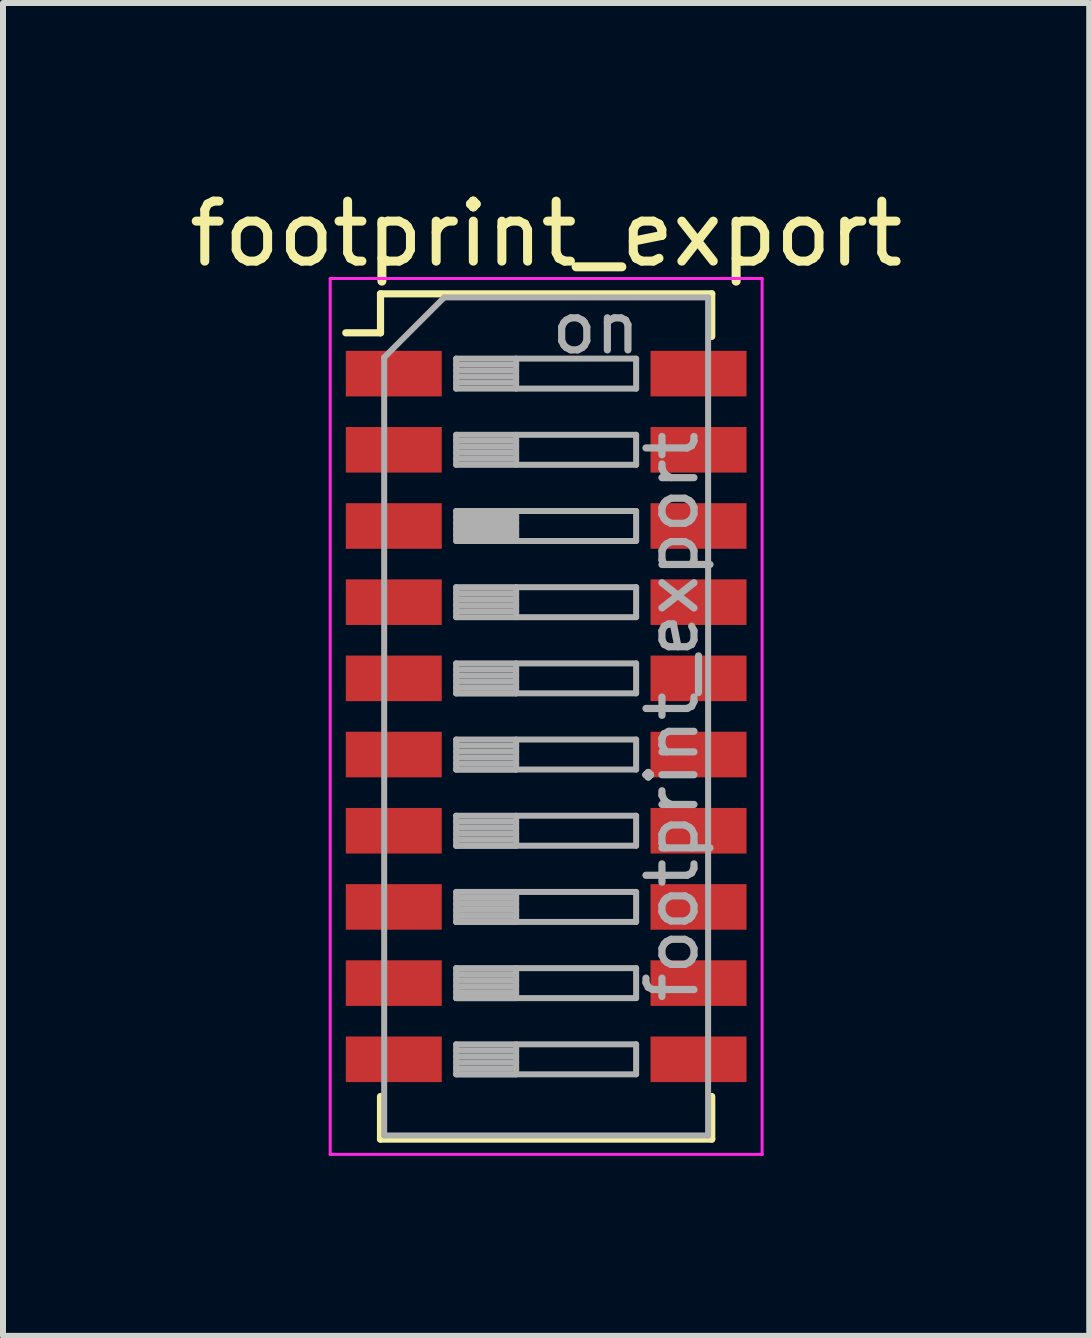
<source format=kicad_pcb>
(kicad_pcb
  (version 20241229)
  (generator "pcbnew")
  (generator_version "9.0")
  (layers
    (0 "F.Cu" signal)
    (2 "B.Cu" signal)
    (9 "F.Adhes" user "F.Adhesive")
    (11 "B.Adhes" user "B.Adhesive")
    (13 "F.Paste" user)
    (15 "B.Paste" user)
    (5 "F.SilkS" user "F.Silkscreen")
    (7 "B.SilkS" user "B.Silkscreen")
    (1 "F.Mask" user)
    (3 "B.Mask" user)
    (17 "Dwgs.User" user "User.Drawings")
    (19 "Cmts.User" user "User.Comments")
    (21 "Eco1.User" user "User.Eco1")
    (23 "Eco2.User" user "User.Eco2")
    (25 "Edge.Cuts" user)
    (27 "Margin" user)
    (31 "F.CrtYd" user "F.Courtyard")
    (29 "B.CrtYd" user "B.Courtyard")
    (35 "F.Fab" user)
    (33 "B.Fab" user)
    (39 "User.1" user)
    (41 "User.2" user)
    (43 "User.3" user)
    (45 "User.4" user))
  (footprint "footprint_export"
    (layer "F.Cu")
    (at 6.054 8.893)
    (property "Reference" "footprint_export" (at 0 -8.045 0) (layer "F.SilkS") (effects (font (size 1 1) (thickness 0.15))))
    (attr smd)
    (fp_line (start -3.34 -6.395) (end -2.761 -6.395) (stroke (width 0.12) (type solid)) (layer "F.SilkS"))
    (fp_line (start -2.761 -7.045) (end -2.761 -6.395) (stroke (width 0.12) (type solid)) (layer "F.SilkS"))
    (fp_line (start -2.761 -7.045) (end 2.76 -7.045) (stroke (width 0.12) (type solid)) (layer "F.SilkS"))
    (fp_line (start -2.761 6.335) (end -2.761 7.045) (stroke (width 0.12) (type solid)) (layer "F.SilkS"))
    (fp_line (start -2.761 7.045) (end 2.76 7.045) (stroke (width 0.12) (type solid)) (layer "F.SilkS"))
    (fp_line (start 2.76 -7.045) (end 2.76 -6.335) (stroke (width 0.12) (type solid)) (layer "F.SilkS"))
    (fp_line (start 2.76 6.335) (end 2.76 7.045) (stroke (width 0.12) (type solid)) (layer "F.SilkS"))
    (fp_line (start -3.6 -7.3) (end -3.6 7.3) (stroke (width 0.05) (type solid)) (layer "F.CrtYd"))
    (fp_line (start -3.6 7.3) (end 3.6 7.3) (stroke (width 0.05) (type solid)) (layer "F.CrtYd"))
    (fp_line (start 3.6 -7.3) (end -3.6 -7.3) (stroke (width 0.05) (type solid)) (layer "F.CrtYd"))
    (fp_line (start 3.6 7.3) (end 3.6 -7.3) (stroke (width 0.05) (type solid)) (layer "F.CrtYd"))
    (fp_line (start -2.7 -5.985) (end -1.7 -6.985) (stroke (width 0.1) (type solid)) (layer "F.Fab"))
    (fp_line (start -2.7 6.985) (end -2.7 -5.985) (stroke (width 0.1) (type solid)) (layer "F.Fab"))
    (fp_line (start -1.7 -6.985) (end 2.7 -6.985) (stroke (width 0.1) (type solid)) (layer "F.Fab"))
    (fp_line (start -1.5 -5.965) (end -1.5 -5.465) (stroke (width 0.1) (type solid)) (layer "F.Fab"))
    (fp_line (start -1.5 -5.865) (end -0.5 -5.865) (stroke (width 0.1) (type solid)) (layer "F.Fab"))
    (fp_line (start -1.5 -5.765) (end -0.5 -5.765) (stroke (width 0.1) (type solid)) (layer "F.Fab"))
    (fp_line (start -1.5 -5.665) (end -0.5 -5.665) (stroke (width 0.1) (type solid)) (layer "F.Fab"))
    (fp_line (start -1.5 -5.565) (end -0.5 -5.565) (stroke (width 0.1) (type solid)) (layer "F.Fab"))
    (fp_line (start -1.5 -5.465) (end 1.5 -5.465) (stroke (width 0.1) (type solid)) (layer "F.Fab"))
    (fp_line (start -1.5 -4.695) (end -1.5 -4.195) (stroke (width 0.1) (type solid)) (layer "F.Fab"))
    (fp_line (start -1.5 -4.595) (end -0.5 -4.595) (stroke (width 0.1) (type solid)) (layer "F.Fab"))
    (fp_line (start -1.5 -4.495) (end -0.5 -4.495) (stroke (width 0.1) (type solid)) (layer "F.Fab"))
    (fp_line (start -1.5 -4.395) (end -0.5 -4.395) (stroke (width 0.1) (type solid)) (layer "F.Fab"))
    (fp_line (start -1.5 -4.295) (end -0.5 -4.295) (stroke (width 0.1) (type solid)) (layer "F.Fab"))
    (fp_line (start -1.5 -4.195) (end 1.5 -4.195) (stroke (width 0.1) (type solid)) (layer "F.Fab"))
    (fp_line (start -1.5 -3.425) (end -1.5 -2.925) (stroke (width 0.1) (type solid)) (layer "F.Fab"))
    (fp_line (start -1.5 -3.325) (end -0.5 -3.325) (stroke (width 0.1) (type solid)) (layer "F.Fab"))
    (fp_line (start -1.5 -3.225) (end -0.5 -3.225) (stroke (width 0.1) (type solid)) (layer "F.Fab"))
    (fp_line (start -1.5 -3.125) (end -0.5 -3.125) (stroke (width 0.1) (type solid)) (layer "F.Fab"))
    (fp_line (start -1.5 -3.025) (end -0.5 -3.025) (stroke (width 0.1) (type solid)) (layer "F.Fab"))
    (fp_line (start -1.5 -2.925) (end 1.5 -2.925) (stroke (width 0.1) (type solid)) (layer "F.Fab"))
    (fp_line (start -1.5 -2.155) (end -1.5 -1.655) (stroke (width 0.1) (type solid)) (layer "F.Fab"))
    (fp_line (start -1.5 -2.055) (end -0.5 -2.055) (stroke (width 0.1) (type solid)) (layer "F.Fab"))
    (fp_line (start -1.5 -1.955) (end -0.5 -1.955) (stroke (width 0.1) (type solid)) (layer "F.Fab"))
    (fp_line (start -1.5 -1.855) (end -0.5 -1.855) (stroke (width 0.1) (type solid)) (layer "F.Fab"))
    (fp_line (start -1.5 -1.755) (end -0.5 -1.755) (stroke (width 0.1) (type solid)) (layer "F.Fab"))
    (fp_line (start -1.5 -1.655) (end 1.5 -1.655) (stroke (width 0.1) (type solid)) (layer "F.Fab"))
    (fp_line (start -1.5 -0.885) (end -1.5 -0.385) (stroke (width 0.1) (type solid)) (layer "F.Fab"))
    (fp_line (start -1.5 -0.785) (end -0.5 -0.785) (stroke (width 0.1) (type solid)) (layer "F.Fab"))
    (fp_line (start -1.5 -0.685) (end -0.5 -0.685) (stroke (width 0.1) (type solid)) (layer "F.Fab"))
    (fp_line (start -1.5 -0.585) (end -0.5 -0.585) (stroke (width 0.1) (type solid)) (layer "F.Fab"))
    (fp_line (start -1.5 -0.485) (end -0.5 -0.485) (stroke (width 0.1) (type solid)) (layer "F.Fab"))
    (fp_line (start -1.5 -0.385) (end -0.5 -0.385) (stroke (width 0.1) (type solid)) (layer "F.Fab"))
    (fp_line (start -1.5 -0.385) (end 1.5 -0.385) (stroke (width 0.1) (type solid)) (layer "F.Fab"))
    (fp_line (start -1.5 0.385) (end -1.5 0.885) (stroke (width 0.1) (type solid)) (layer "F.Fab"))
    (fp_line (start -1.5 0.485) (end -0.5 0.485) (stroke (width 0.1) (type solid)) (layer "F.Fab"))
    (fp_line (start -1.5 0.585) (end -0.5 0.585) (stroke (width 0.1) (type solid)) (layer "F.Fab"))
    (fp_line (start -1.5 0.685) (end -0.5 0.685) (stroke (width 0.1) (type solid)) (layer "F.Fab"))
    (fp_line (start -1.5 0.785) (end -0.5 0.785) (stroke (width 0.1) (type solid)) (layer "F.Fab"))
    (fp_line (start -1.5 0.885) (end -0.5 0.885) (stroke (width 0.1) (type solid)) (layer "F.Fab"))
    (fp_line (start -1.5 0.885) (end 1.5 0.885) (stroke (width 0.1) (type solid)) (layer "F.Fab"))
    (fp_line (start -1.5 1.655) (end -1.5 2.155) (stroke (width 0.1) (type solid)) (layer "F.Fab"))
    (fp_line (start -1.5 1.755) (end -0.5 1.755) (stroke (width 0.1) (type solid)) (layer "F.Fab"))
    (fp_line (start -1.5 1.855) (end -0.5 1.855) (stroke (width 0.1) (type solid)) (layer "F.Fab"))
    (fp_line (start -1.5 1.955) (end -0.5 1.955) (stroke (width 0.1) (type solid)) (layer "F.Fab"))
    (fp_line (start -1.5 2.055) (end -0.5 2.055) (stroke (width 0.1) (type solid)) (layer "F.Fab"))
    (fp_line (start -1.5 2.155) (end -0.5 2.155) (stroke (width 0.1) (type solid)) (layer "F.Fab"))
    (fp_line (start -1.5 2.155) (end 1.5 2.155) (stroke (width 0.1) (type solid)) (layer "F.Fab"))
    (fp_line (start -1.5 2.925) (end -1.5 3.425) (stroke (width 0.1) (type solid)) (layer "F.Fab"))
    (fp_line (start -1.5 3.025) (end -0.5 3.025) (stroke (width 0.1) (type solid)) (layer "F.Fab"))
    (fp_line (start -1.5 3.125) (end -0.5 3.125) (stroke (width 0.1) (type solid)) (layer "F.Fab"))
    (fp_line (start -1.5 3.225) (end -0.5 3.225) (stroke (width 0.1) (type solid)) (layer "F.Fab"))
    (fp_line (start -1.5 3.325) (end -0.5 3.325) (stroke (width 0.1) (type solid)) (layer "F.Fab"))
    (fp_line (start -1.5 3.425) (end -0.5 3.425) (stroke (width 0.1) (type solid)) (layer "F.Fab"))
    (fp_line (start -1.5 3.425) (end 1.5 3.425) (stroke (width 0.1) (type solid)) (layer "F.Fab"))
    (fp_line (start -1.5 4.195) (end -1.5 4.695) (stroke (width 0.1) (type solid)) (layer "F.Fab"))
    (fp_line (start -1.5 4.295) (end -0.5 4.295) (stroke (width 0.1) (type solid)) (layer "F.Fab"))
    (fp_line (start -1.5 4.395) (end -0.5 4.395) (stroke (width 0.1) (type solid)) (layer "F.Fab"))
    (fp_line (start -1.5 4.495) (end -0.5 4.495) (stroke (width 0.1) (type solid)) (layer "F.Fab"))
    (fp_line (start -1.5 4.595) (end -0.5 4.595) (stroke (width 0.1) (type solid)) (layer "F.Fab"))
    (fp_line (start -1.5 4.695) (end -0.5 4.695) (stroke (width 0.1) (type solid)) (layer "F.Fab"))
    (fp_line (start -1.5 4.695) (end 1.5 4.695) (stroke (width 0.1) (type solid)) (layer "F.Fab"))
    (fp_line (start -1.5 5.465) (end -1.5 5.965) (stroke (width 0.1) (type solid)) (layer "F.Fab"))
    (fp_line (start -1.5 5.565) (end -0.5 5.565) (stroke (width 0.1) (type solid)) (layer "F.Fab"))
    (fp_line (start -1.5 5.665) (end -0.5 5.665) (stroke (width 0.1) (type solid)) (layer "F.Fab"))
    (fp_line (start -1.5 5.765) (end -0.5 5.765) (stroke (width 0.1) (type solid)) (layer "F.Fab"))
    (fp_line (start -1.5 5.865) (end -0.5 5.865) (stroke (width 0.1) (type solid)) (layer "F.Fab"))
    (fp_line (start -1.5 5.965) (end -0.5 5.965) (stroke (width 0.1) (type solid)) (layer "F.Fab"))
    (fp_line (start -1.5 5.965) (end 1.5 5.965) (stroke (width 0.1) (type solid)) (layer "F.Fab"))
    (fp_line (start -0.5 -5.965) (end -0.5 -5.465) (stroke (width 0.1) (type solid)) (layer "F.Fab"))
    (fp_line (start -0.5 -4.695) (end -0.5 -4.195) (stroke (width 0.1) (type solid)) (layer "F.Fab"))
    (fp_line (start -0.5 -3.425) (end -0.5 -2.925) (stroke (width 0.1) (type solid)) (layer "F.Fab"))
    (fp_line (start -0.5 -2.155) (end -0.5 -1.655) (stroke (width 0.1) (type solid)) (layer "F.Fab"))
    (fp_line (start -0.5 -0.885) (end -0.5 -0.385) (stroke (width 0.1) (type solid)) (layer "F.Fab"))
    (fp_line (start -0.5 0.385) (end -0.5 0.885) (stroke (width 0.1) (type solid)) (layer "F.Fab"))
    (fp_line (start -0.5 1.655) (end -0.5 2.155) (stroke (width 0.1) (type solid)) (layer "F.Fab"))
    (fp_line (start -0.5 2.925) (end -0.5 3.425) (stroke (width 0.1) (type solid)) (layer "F.Fab"))
    (fp_line (start -0.5 4.195) (end -0.5 4.695) (stroke (width 0.1) (type solid)) (layer "F.Fab"))
    (fp_line (start -0.5 5.465) (end -0.5 5.965) (stroke (width 0.1) (type solid)) (layer "F.Fab"))
    (fp_line (start 1.5 -5.965) (end -1.5 -5.965) (stroke (width 0.1) (type solid)) (layer "F.Fab"))
    (fp_line (start 1.5 -5.465) (end 1.5 -5.965) (stroke (width 0.1) (type solid)) (layer "F.Fab"))
    (fp_line (start 1.5 -4.695) (end -1.5 -4.695) (stroke (width 0.1) (type solid)) (layer "F.Fab"))
    (fp_line (start 1.5 -4.195) (end 1.5 -4.695) (stroke (width 0.1) (type solid)) (layer "F.Fab"))
    (fp_line (start 1.5 -3.425) (end -1.5 -3.425) (stroke (width 0.1) (type solid)) (layer "F.Fab"))
    (fp_line (start 1.5 -2.925) (end 1.5 -3.425) (stroke (width 0.1) (type solid)) (layer "F.Fab"))
    (fp_line (start 1.5 -2.155) (end -1.5 -2.155) (stroke (width 0.1) (type solid)) (layer "F.Fab"))
    (fp_line (start 1.5 -1.655) (end 1.5 -2.155) (stroke (width 0.1) (type solid)) (layer "F.Fab"))
    (fp_line (start 1.5 -0.885) (end -1.5 -0.885) (stroke (width 0.1) (type solid)) (layer "F.Fab"))
    (fp_line (start 1.5 -0.385) (end 1.5 -0.885) (stroke (width 0.1) (type solid)) (layer "F.Fab"))
    (fp_line (start 1.5 0.385) (end -1.5 0.385) (stroke (width 0.1) (type solid)) (layer "F.Fab"))
    (fp_line (start 1.5 0.885) (end 1.5 0.385) (stroke (width 0.1) (type solid)) (layer "F.Fab"))
    (fp_line (start 1.5 1.655) (end -1.5 1.655) (stroke (width 0.1) (type solid)) (layer "F.Fab"))
    (fp_line (start 1.5 2.155) (end 1.5 1.655) (stroke (width 0.1) (type solid)) (layer "F.Fab"))
    (fp_line (start 1.5 2.925) (end -1.5 2.925) (stroke (width 0.1) (type solid)) (layer "F.Fab"))
    (fp_line (start 1.5 3.425) (end 1.5 2.925) (stroke (width 0.1) (type solid)) (layer "F.Fab"))
    (fp_line (start 1.5 4.195) (end -1.5 4.195) (stroke (width 0.1) (type solid)) (layer "F.Fab"))
    (fp_line (start 1.5 4.695) (end 1.5 4.195) (stroke (width 0.1) (type solid)) (layer "F.Fab"))
    (fp_line (start 1.5 5.465) (end -1.5 5.465) (stroke (width 0.1) (type solid)) (layer "F.Fab"))
    (fp_line (start 1.5 5.965) (end 1.5 5.465) (stroke (width 0.1) (type solid)) (layer "F.Fab"))
    (fp_line (start 2.7 -6.985) (end 2.7 6.985) (stroke (width 0.1) (type solid)) (layer "F.Fab"))
    (fp_line (start 2.7 6.985) (end -2.7 6.985) (stroke (width 0.1) (type solid)) (layer "F.Fab"))
    (fp_text user "on" (at 0.83 -6.475 0) (layer "F.Fab") (effects (font (size 0.8 0.8) (thickness 0.12))))
    (fp_text user "${REFERENCE}" (at 2.1 0 90) (layer "F.Fab") (effects (font (size 0.8 0.8) (thickness 0.12))))
    (pad "1" smd rect (at -2.54 -5.715) (size 1.6 0.76) (layers "F.Cu" "F.Mask" "F.Paste"))
    (pad "2" smd rect (at -2.54 -4.445) (size 1.6 0.76) (layers "F.Cu" "F.Mask" "F.Paste"))
    (pad "3" smd rect (at -2.54 -3.175) (size 1.6 0.76) (layers "F.Cu" "F.Mask" "F.Paste"))
    (pad "4" smd rect (at -2.54 -1.905) (size 1.6 0.76) (layers "F.Cu" "F.Mask" "F.Paste"))
    (pad "5" smd rect (at -2.54 -0.635) (size 1.6 0.76) (layers "F.Cu" "F.Mask" "F.Paste"))
    (pad "6" smd rect (at -2.54 0.635) (size 1.6 0.76) (layers "F.Cu" "F.Mask" "F.Paste"))
    (pad "7" smd rect (at -2.54 1.905) (size 1.6 0.76) (layers "F.Cu" "F.Mask" "F.Paste"))
    (pad "8" smd rect (at -2.54 3.175) (size 1.6 0.76) (layers "F.Cu" "F.Mask" "F.Paste"))
    (pad "9" smd rect (at -2.54 4.445) (size 1.6 0.76) (layers "F.Cu" "F.Mask" "F.Paste"))
    (pad "10" smd rect (at -2.54 5.715) (size 1.6 0.76) (layers "F.Cu" "F.Mask" "F.Paste"))
    (pad "11" smd rect (at 2.54 5.715) (size 1.6 0.76) (layers "F.Cu" "F.Mask" "F.Paste"))
    (pad "12" smd rect (at 2.54 4.445) (size 1.6 0.76) (layers "F.Cu" "F.Mask" "F.Paste"))
    (pad "13" smd rect (at 2.54 3.175) (size 1.6 0.76) (layers "F.Cu" "F.Mask" "F.Paste"))
    (pad "14" smd rect (at 2.54 1.905) (size 1.6 0.76) (layers "F.Cu" "F.Mask" "F.Paste"))
    (pad "15" smd rect (at 2.54 0.635) (size 1.6 0.76) (layers "F.Cu" "F.Mask" "F.Paste"))
    (pad "16" smd rect (at 2.54 -0.635) (size 1.6 0.76) (layers "F.Cu" "F.Mask" "F.Paste"))
    (pad "17" smd rect (at 2.54 -1.905) (size 1.6 0.76) (layers "F.Cu" "F.Mask" "F.Paste"))
    (pad "18" smd rect (at 2.54 -3.175) (size 1.6 0.76) (layers "F.Cu" "F.Mask" "F.Paste"))
    (pad "19" smd rect (at 2.54 -4.445) (size 1.6 0.76) (layers "F.Cu" "F.Mask" "F.Paste"))
    (pad "20" smd rect (at 2.54 -5.715) (size 1.6 0.76) (layers "F.Cu" "F.Mask" "F.Paste")))
  (gr_rect
    (start -3 -3)
    (end 15.107 19.218)
    (stroke (width 0.1) (type default))
    (fill no)
    (layer "Edge.Cuts")))
</source>
